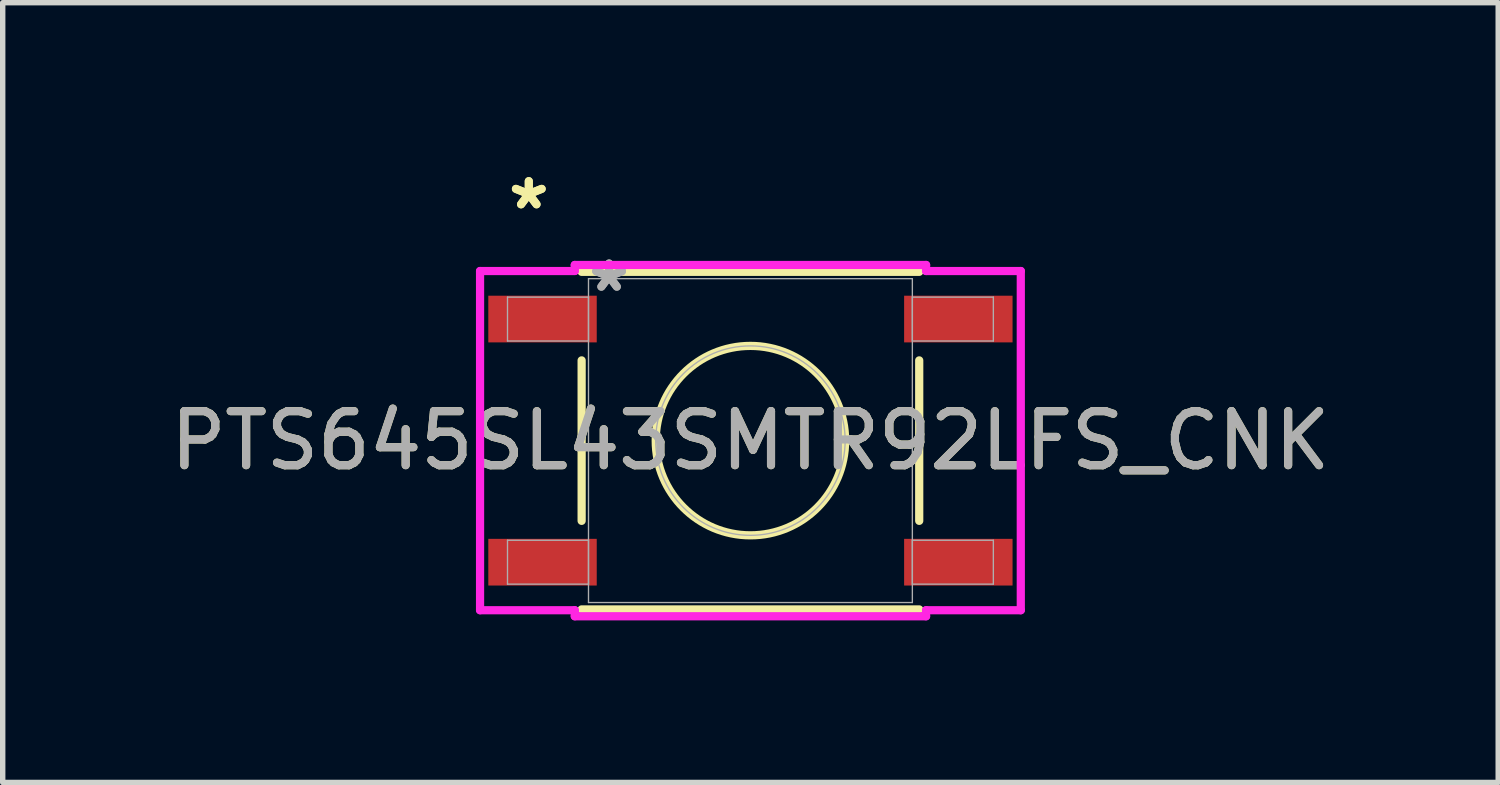
<source format=kicad_pcb>
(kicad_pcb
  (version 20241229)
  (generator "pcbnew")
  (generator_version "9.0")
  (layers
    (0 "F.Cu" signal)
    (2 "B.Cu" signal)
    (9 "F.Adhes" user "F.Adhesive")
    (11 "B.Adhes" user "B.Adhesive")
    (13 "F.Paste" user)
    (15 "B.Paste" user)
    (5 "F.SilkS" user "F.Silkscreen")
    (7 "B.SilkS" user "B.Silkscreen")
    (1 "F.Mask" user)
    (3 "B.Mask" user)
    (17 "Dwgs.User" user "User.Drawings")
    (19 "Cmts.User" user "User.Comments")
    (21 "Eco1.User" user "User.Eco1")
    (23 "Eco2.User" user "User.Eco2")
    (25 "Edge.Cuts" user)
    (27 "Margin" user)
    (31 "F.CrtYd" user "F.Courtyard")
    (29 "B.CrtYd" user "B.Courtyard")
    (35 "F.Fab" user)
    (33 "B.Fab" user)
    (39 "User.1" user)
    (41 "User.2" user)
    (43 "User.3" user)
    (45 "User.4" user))
  (footprint "PTS645SL43SMTR92LFS_CNK"
    (layer "F.Cu")
    (at 10.839 5.105)
    (property "Reference" "PTS645SL43SMTR92LFS_CNK" (at 0 0 0) (unlocked yes) (layer "F.SilkS") (effects (font (size 1 1) (thickness 0.15))))
    (attr smd)
    (fp_line (start -3.124 -1.485) (end -3.124 1.485) (stroke (width 0.152) (type solid)) (layer "F.SilkS"))
    (fp_line (start -3.124 3.124) (end 3.124 3.124) (stroke (width 0.152) (type solid)) (layer "F.SilkS"))
    (fp_line (start 3.124 -3.124) (end -3.124 -3.124) (stroke (width 0.152) (type solid)) (layer "F.SilkS"))
    (fp_line (start 3.124 1.485) (end 3.124 -1.485) (stroke (width 0.152) (type solid)) (layer "F.SilkS"))
    (fp_circle (center 0 0) (end 1.753 0) (stroke (width 0.152) (type solid)) (fill no) (layer "F.SilkS"))
    (fp_line (start -5.004 -3.139) (end -3.251 -3.139) (stroke (width 0.152) (type solid)) (layer "F.CrtYd"))
    (fp_line (start -5.004 3.139) (end -5.004 -3.139) (stroke (width 0.152) (type solid)) (layer "F.CrtYd"))
    (fp_line (start -3.251 -3.251) (end 3.251 -3.251) (stroke (width 0.152) (type solid)) (layer "F.CrtYd"))
    (fp_line (start -3.251 -3.139) (end -3.251 -3.251) (stroke (width 0.152) (type solid)) (layer "F.CrtYd"))
    (fp_line (start -3.251 3.139) (end -5.004 3.139) (stroke (width 0.152) (type solid)) (layer "F.CrtYd"))
    (fp_line (start -3.251 3.251) (end -3.251 3.139) (stroke (width 0.152) (type solid)) (layer "F.CrtYd"))
    (fp_line (start 3.251 -3.251) (end 3.251 -3.139) (stroke (width 0.152) (type solid)) (layer "F.CrtYd"))
    (fp_line (start 3.251 -3.139) (end 5.004 -3.139) (stroke (width 0.152) (type solid)) (layer "F.CrtYd"))
    (fp_line (start 3.251 3.139) (end 3.251 3.251) (stroke (width 0.152) (type solid)) (layer "F.CrtYd"))
    (fp_line (start 3.251 3.251) (end -3.251 3.251) (stroke (width 0.152) (type solid)) (layer "F.CrtYd"))
    (fp_line (start 5.004 -3.139) (end 5.004 3.139) (stroke (width 0.152) (type solid)) (layer "F.CrtYd"))
    (fp_line (start 5.004 3.139) (end 3.251 3.139) (stroke (width 0.152) (type solid)) (layer "F.CrtYd"))
    (fp_line (start -4.496 -2.656) (end -4.496 -1.844) (stroke (width 0.025) (type solid)) (layer "F.Fab"))
    (fp_line (start -4.496 -1.844) (end -2.997 -1.844) (stroke (width 0.025) (type solid)) (layer "F.Fab"))
    (fp_line (start -4.496 1.844) (end -4.496 2.656) (stroke (width 0.025) (type solid)) (layer "F.Fab"))
    (fp_line (start -4.496 2.656) (end -2.997 2.656) (stroke (width 0.025) (type solid)) (layer "F.Fab"))
    (fp_line (start -2.997 -2.997) (end -2.997 2.997) (stroke (width 0.025) (type solid)) (layer "F.Fab"))
    (fp_line (start -2.997 -2.656) (end -4.496 -2.656) (stroke (width 0.025) (type solid)) (layer "F.Fab"))
    (fp_line (start -2.997 -1.844) (end -2.997 -2.656) (stroke (width 0.025) (type solid)) (layer "F.Fab"))
    (fp_line (start -2.997 1.844) (end -4.496 1.844) (stroke (width 0.025) (type solid)) (layer "F.Fab"))
    (fp_line (start -2.997 2.656) (end -2.997 1.844) (stroke (width 0.025) (type solid)) (layer "F.Fab"))
    (fp_line (start -2.997 2.997) (end 2.997 2.997) (stroke (width 0.025) (type solid)) (layer "F.Fab"))
    (fp_line (start 2.997 -2.997) (end -2.997 -2.997) (stroke (width 0.025) (type solid)) (layer "F.Fab"))
    (fp_line (start 2.997 -2.656) (end 2.997 -1.844) (stroke (width 0.025) (type solid)) (layer "F.Fab"))
    (fp_line (start 2.997 -1.844) (end 4.496 -1.844) (stroke (width 0.025) (type solid)) (layer "F.Fab"))
    (fp_line (start 2.997 1.844) (end 2.997 2.656) (stroke (width 0.025) (type solid)) (layer "F.Fab"))
    (fp_line (start 2.997 2.656) (end 4.496 2.656) (stroke (width 0.025) (type solid)) (layer "F.Fab"))
    (fp_line (start 2.997 2.997) (end 2.997 -2.997) (stroke (width 0.025) (type solid)) (layer "F.Fab"))
    (fp_line (start 4.496 -2.656) (end 2.997 -2.656) (stroke (width 0.025) (type solid)) (layer "F.Fab"))
    (fp_line (start 4.496 -1.844) (end 4.496 -2.656) (stroke (width 0.025) (type solid)) (layer "F.Fab"))
    (fp_line (start 4.496 1.844) (end 2.997 1.844) (stroke (width 0.025) (type solid)) (layer "F.Fab"))
    (fp_line (start 4.496 2.656) (end 4.496 1.844) (stroke (width 0.025) (type solid)) (layer "F.Fab"))
    (fp_circle (center 0 0) (end 1.753 0) (stroke (width 0.025) (type solid)) (fill no) (layer "F.Fab"))
    (fp_text user "*" (at -4.102 -4.257 0) (unlocked yes) (layer "F.SilkS") (effects (font (size 1 1) (thickness 0.15))))
    (fp_text user "*" (at -4.102 -4.257 0) (layer "F.SilkS") (effects (font (size 1 1) (thickness 0.15))))
    (fp_text user "*" (at -2.616 -2.733 0) (layer "F.Fab") (effects (font (size 1 1) (thickness 0.15))))
    (fp_text user "*" (at -2.616 -2.733 0) (unlocked yes) (layer "F.Fab") (effects (font (size 1 1) (thickness 0.15))))
    (fp_text user "${REFERENCE}" (at 0 0 0) (unlocked yes) (layer "F.Fab") (effects (font (size 1 1) (thickness 0.15))))
    (pad "1" smd rect (at -3.848 -2.25) (size 2.007 0.864) (layers "F.Cu" "F.Mask" "F.Paste"))
    (pad "2" smd rect (at 3.848 -2.25) (size 2.007 0.864) (layers "F.Cu" "F.Mask" "F.Paste"))
    (pad "3" smd rect (at -3.848 2.25) (size 2.007 0.864) (layers "F.Cu" "F.Mask" "F.Paste"))
    (pad "4" smd rect (at 3.848 2.25) (size 2.007 0.864) (layers "F.Cu" "F.Mask" "F.Paste")))
  (gr_rect
    (start -3 -3)
    (end 24.679 11.432)
    (stroke (width 0.1) (type default))
    (fill no)
    (layer "Edge.Cuts")))
</source>
